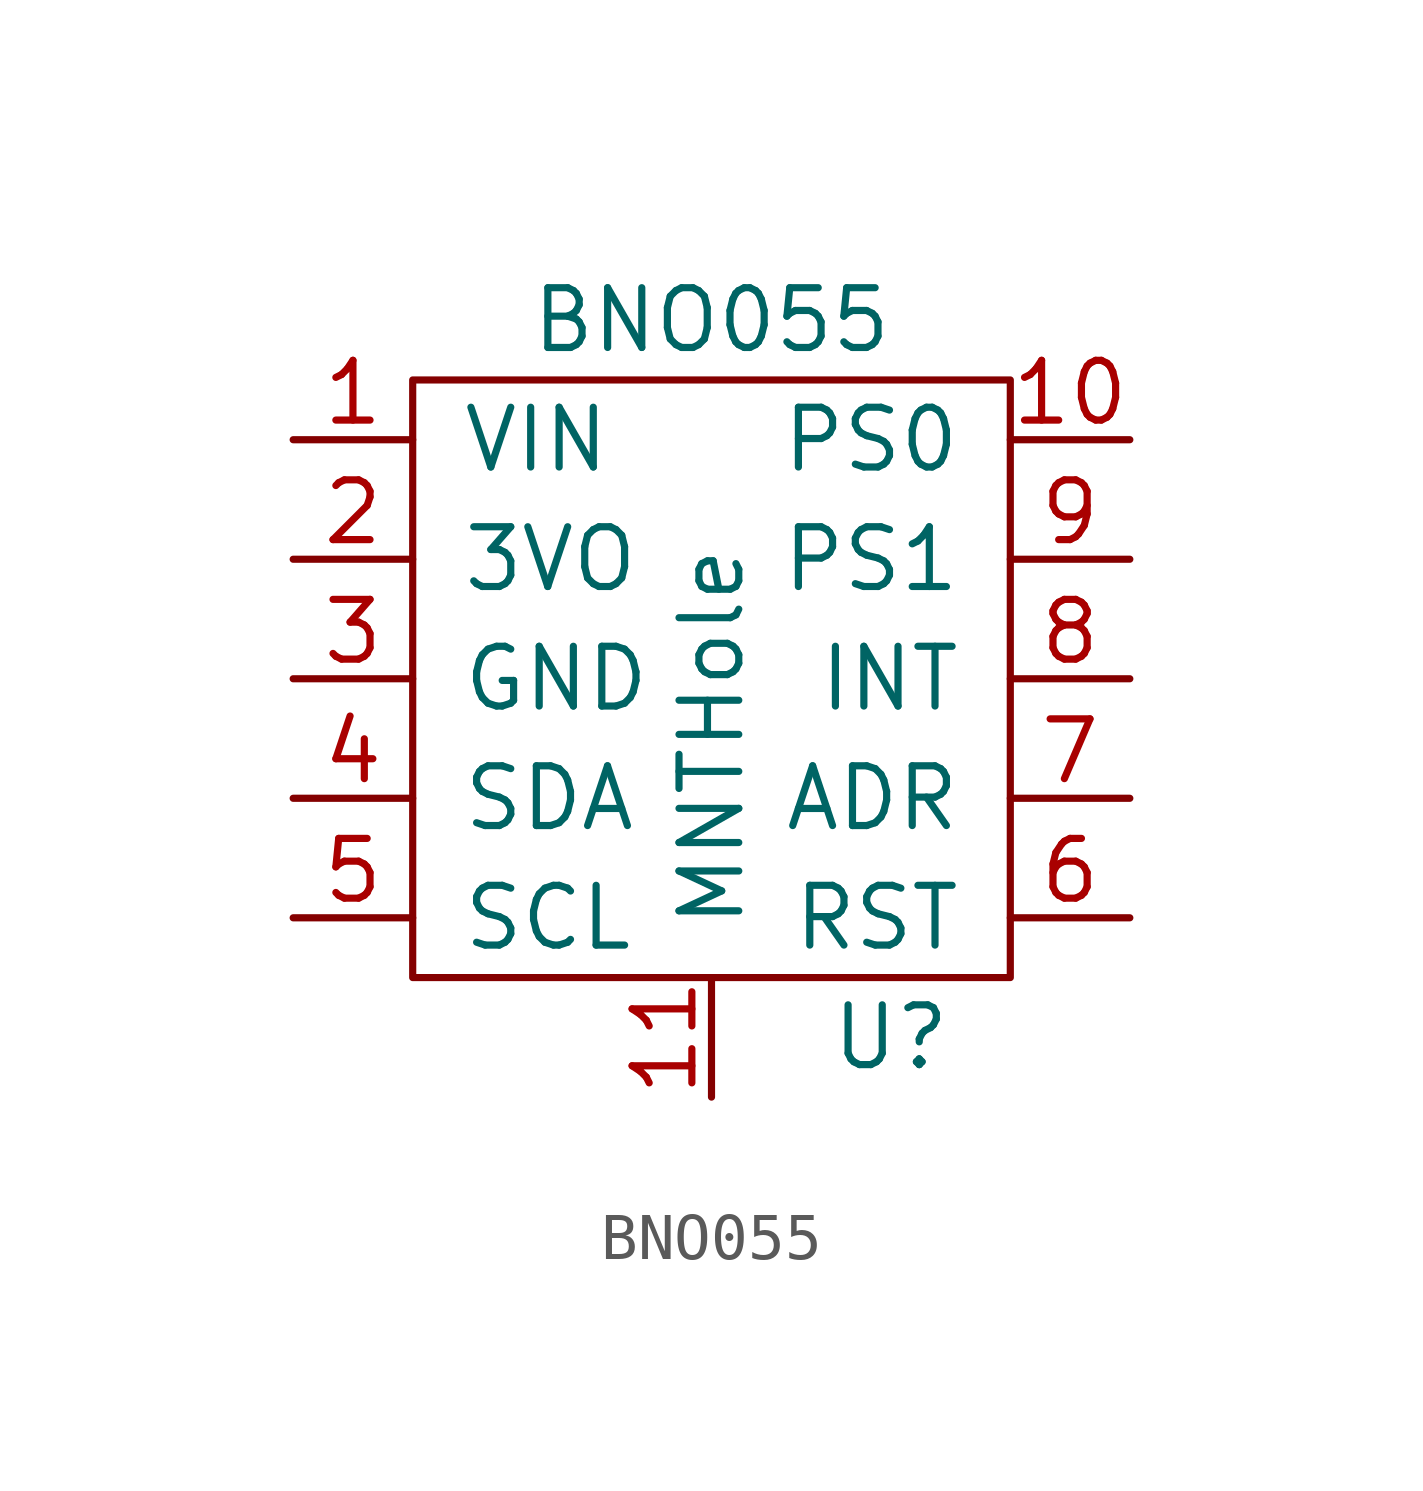
<source format=kicad_sym>
(kicad_symbol_lib
  (version 20211014)
  (generator kicad_symbol_editor)
  (symbol "BNO055"
    (pin_names
      (offset 1.016))
    (property "Reference" "U"
      (at 3.81 -8.89 0)
      (effects (font (size 1.27 1.27))))
    (property "Value" "BNO055"
      (at 0 6.35 0)
      (effects (font (size 1.27 1.27))))
    (symbol "BNO055_0_1"
      (rectangle (start -6.35 5.08) (end 6.35 -7.62) (stroke (width 0) (type default) (color 0 0 0 0)) (fill (type none))))
    (symbol "BNO055_1_1"
      (pin input line (at -8.89 3.81 0) (length 2.54) (name "VIN" (effects (font (size 1.27 1.27)))) (number "1" (effects (font (size 1.27 1.27)))))
      (pin input line (at 8.89 3.81 180) (length 2.54) (name "PS0" (effects (font (size 1.27 1.27)))) (number "10" (effects (font (size 1.27 1.27)))))
      (pin input line (at 0 -10.16 90) (length 2.54) (name "MNTHole" (effects (font (size 1.27 1.27)))) (number "11" (effects (font (size 1.27 1.27)))))
      (pin input line (at -8.89 1.27 0) (length 2.54) (name "3VO" (effects (font (size 1.27 1.27)))) (number "2" (effects (font (size 1.27 1.27)))))
      (pin input line (at -8.89 -1.27 0) (length 2.54) (name "GND" (effects (font (size 1.27 1.27)))) (number "3" (effects (font (size 1.27 1.27)))))
      (pin input line (at -8.89 -3.81 0) (length 2.54) (name "SDA" (effects (font (size 1.27 1.27)))) (number "4" (effects (font (size 1.27 1.27)))))
      (pin input line (at -8.89 -6.35 0) (length 2.54) (name "SCL" (effects (font (size 1.27 1.27)))) (number "5" (effects (font (size 1.27 1.27)))))
      (pin input line (at 8.89 -6.35 180) (length 2.54) (name "RST" (effects (font (size 1.27 1.27)))) (number "6" (effects (font (size 1.27 1.27)))))
      (pin input line (at 8.89 -3.81 180) (length 2.54) (name "ADR" (effects (font (size 1.27 1.27)))) (number "7" (effects (font (size 1.27 1.27)))))
      (pin input line (at 8.89 -1.27 180) (length 2.54) (name "INT" (effects (font (size 1.27 1.27)))) (number "8" (effects (font (size 1.27 1.27)))))
      (pin input line (at 8.89 1.27 180) (length 2.54) (name "PS1" (effects (font (size 1.27 1.27)))) (number "9" (effects (font (size 1.27 1.27))))))))
</source>
